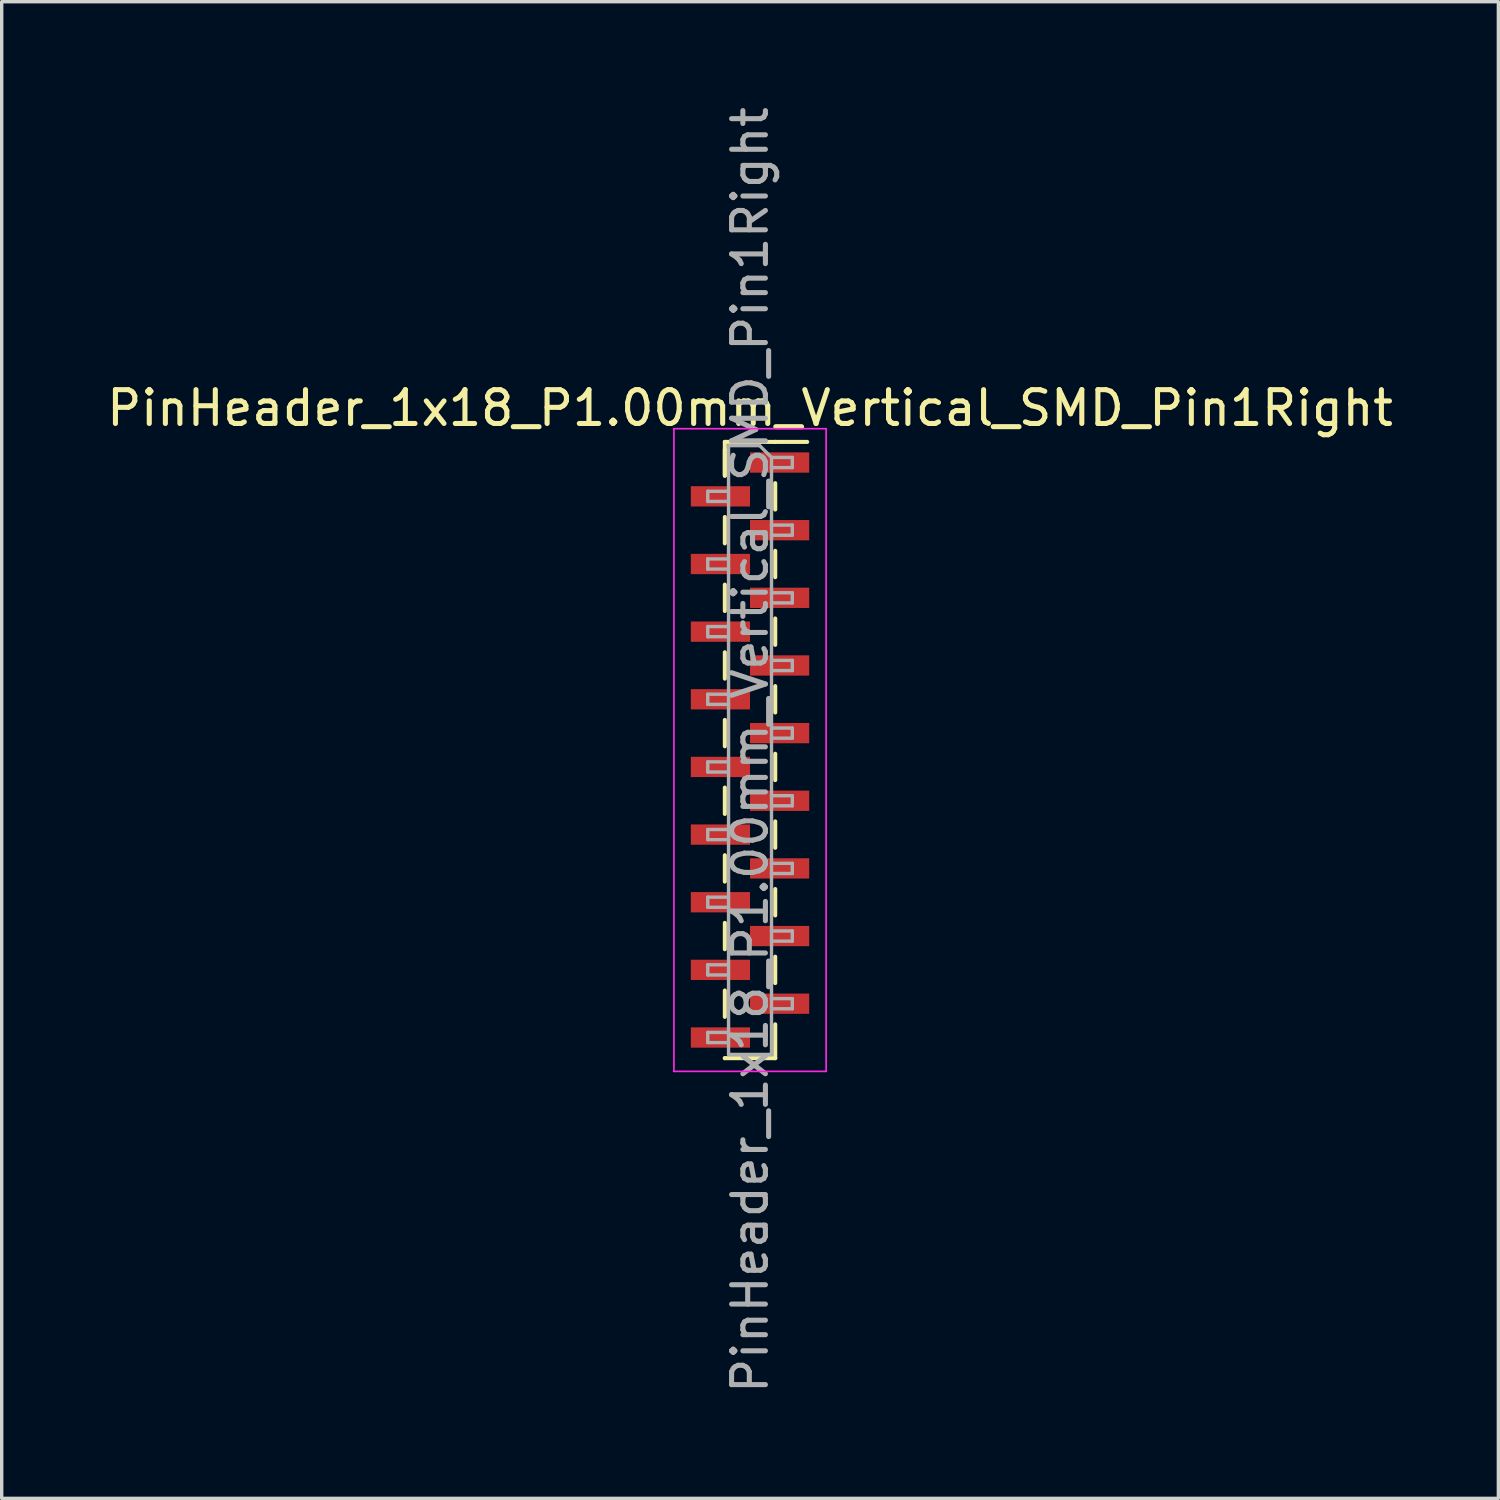
<source format=kicad_pcb>
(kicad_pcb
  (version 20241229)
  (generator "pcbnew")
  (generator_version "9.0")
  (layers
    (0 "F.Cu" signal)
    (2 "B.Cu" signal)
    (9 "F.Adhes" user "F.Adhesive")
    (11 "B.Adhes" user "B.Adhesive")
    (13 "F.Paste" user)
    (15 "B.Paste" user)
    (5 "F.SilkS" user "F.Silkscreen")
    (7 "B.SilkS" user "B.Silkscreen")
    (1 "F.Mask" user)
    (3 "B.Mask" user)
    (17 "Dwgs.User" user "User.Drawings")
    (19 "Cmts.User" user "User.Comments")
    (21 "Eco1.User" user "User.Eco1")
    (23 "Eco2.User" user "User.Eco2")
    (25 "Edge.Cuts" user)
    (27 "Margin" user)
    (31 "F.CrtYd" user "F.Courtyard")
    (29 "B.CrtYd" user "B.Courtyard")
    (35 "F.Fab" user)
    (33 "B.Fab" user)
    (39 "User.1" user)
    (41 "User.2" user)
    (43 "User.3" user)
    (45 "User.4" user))
  (footprint "PinHeader_1x18_P1.00mm_Vertical_SMD_Pin1Right"
    (layer "F.Cu")
    (at 19.125 19.125)
    (property "Reference" "PinHeader_1x18_P1.00mm_Vertical_SMD_Pin1Right" (at 0 -10.11 0) (layer "F.SilkS") (effects (font (size 1 1) (thickness 0.15))))
    (attr smd)
    (fp_line (start -0.745 -9.11) (end -0.745 -8.11) (stroke (width 0.12) (type solid)) (layer "F.SilkS"))
    (fp_line (start -0.745 -9.11) (end 0.745 -9.11) (stroke (width 0.12) (type solid)) (layer "F.SilkS"))
    (fp_line (start -0.745 -8.89) (end -0.745 -8.11) (stroke (width 0.12) (type solid)) (layer "F.SilkS"))
    (fp_line (start -0.745 -6.89) (end -0.745 -6.11) (stroke (width 0.12) (type solid)) (layer "F.SilkS"))
    (fp_line (start -0.745 -4.89) (end -0.745 -4.11) (stroke (width 0.12) (type solid)) (layer "F.SilkS"))
    (fp_line (start -0.745 -2.89) (end -0.745 -2.11) (stroke (width 0.12) (type solid)) (layer "F.SilkS"))
    (fp_line (start -0.745 -0.89) (end -0.745 -0.11) (stroke (width 0.12) (type solid)) (layer "F.SilkS"))
    (fp_line (start -0.745 1.11) (end -0.745 1.89) (stroke (width 0.12) (type solid)) (layer "F.SilkS"))
    (fp_line (start -0.745 3.11) (end -0.745 3.89) (stroke (width 0.12) (type solid)) (layer "F.SilkS"))
    (fp_line (start -0.745 5.11) (end -0.745 5.89) (stroke (width 0.12) (type solid)) (layer "F.SilkS"))
    (fp_line (start -0.745 7.11) (end -0.745 7.89) (stroke (width 0.12) (type solid)) (layer "F.SilkS"))
    (fp_line (start -0.745 9.11) (end -0.745 9.11) (stroke (width 0.12) (type solid)) (layer "F.SilkS"))
    (fp_line (start -0.745 9.11) (end 0.745 9.11) (stroke (width 0.12) (type solid)) (layer "F.SilkS"))
    (fp_line (start 0.745 -9.11) (end 0.745 -9.11) (stroke (width 0.12) (type solid)) (layer "F.SilkS"))
    (fp_line (start 0.745 -9.11) (end 1.69 -9.11) (stroke (width 0.12) (type solid)) (layer "F.SilkS"))
    (fp_line (start 0.745 -7.89) (end 0.745 -7.11) (stroke (width 0.12) (type solid)) (layer "F.SilkS"))
    (fp_line (start 0.745 -5.89) (end 0.745 -5.11) (stroke (width 0.12) (type solid)) (layer "F.SilkS"))
    (fp_line (start 0.745 -3.89) (end 0.745 -3.11) (stroke (width 0.12) (type solid)) (layer "F.SilkS"))
    (fp_line (start 0.745 -1.89) (end 0.745 -1.11) (stroke (width 0.12) (type solid)) (layer "F.SilkS"))
    (fp_line (start 0.745 0.11) (end 0.745 0.89) (stroke (width 0.12) (type solid)) (layer "F.SilkS"))
    (fp_line (start 0.745 2.11) (end 0.745 2.89) (stroke (width 0.12) (type solid)) (layer "F.SilkS"))
    (fp_line (start 0.745 4.11) (end 0.745 4.89) (stroke (width 0.12) (type solid)) (layer "F.SilkS"))
    (fp_line (start 0.745 6.11) (end 0.745 6.89) (stroke (width 0.12) (type solid)) (layer "F.SilkS"))
    (fp_line (start 0.745 8.11) (end 0.745 9.11) (stroke (width 0.12) (type solid)) (layer "F.SilkS"))
    (fp_line (start -2.25 -9.5) (end -2.25 9.5) (stroke (width 0.05) (type solid)) (layer "F.CrtYd"))
    (fp_line (start -2.25 9.5) (end 2.25 9.5) (stroke (width 0.05) (type solid)) (layer "F.CrtYd"))
    (fp_line (start 2.25 -9.5) (end -2.25 -9.5) (stroke (width 0.05) (type solid)) (layer "F.CrtYd"))
    (fp_line (start 2.25 9.5) (end 2.25 -9.5) (stroke (width 0.05) (type solid)) (layer "F.CrtYd"))
    (fp_line (start -1.25 -7.65) (end -1.25 -7.35) (stroke (width 0.1) (type solid)) (layer "F.Fab"))
    (fp_line (start -1.25 -7.35) (end -0.635 -7.35) (stroke (width 0.1) (type solid)) (layer "F.Fab"))
    (fp_line (start -1.25 -5.65) (end -1.25 -5.35) (stroke (width 0.1) (type solid)) (layer "F.Fab"))
    (fp_line (start -1.25 -5.35) (end -0.635 -5.35) (stroke (width 0.1) (type solid)) (layer "F.Fab"))
    (fp_line (start -1.25 -3.65) (end -1.25 -3.35) (stroke (width 0.1) (type solid)) (layer "F.Fab"))
    (fp_line (start -1.25 -3.35) (end -0.635 -3.35) (stroke (width 0.1) (type solid)) (layer "F.Fab"))
    (fp_line (start -1.25 -1.65) (end -1.25 -1.35) (stroke (width 0.1) (type solid)) (layer "F.Fab"))
    (fp_line (start -1.25 -1.35) (end -0.635 -1.35) (stroke (width 0.1) (type solid)) (layer "F.Fab"))
    (fp_line (start -1.25 0.35) (end -1.25 0.65) (stroke (width 0.1) (type solid)) (layer "F.Fab"))
    (fp_line (start -1.25 0.65) (end -0.635 0.65) (stroke (width 0.1) (type solid)) (layer "F.Fab"))
    (fp_line (start -1.25 2.35) (end -1.25 2.65) (stroke (width 0.1) (type solid)) (layer "F.Fab"))
    (fp_line (start -1.25 2.65) (end -0.635 2.65) (stroke (width 0.1) (type solid)) (layer "F.Fab"))
    (fp_line (start -1.25 4.35) (end -1.25 4.65) (stroke (width 0.1) (type solid)) (layer "F.Fab"))
    (fp_line (start -1.25 4.65) (end -0.635 4.65) (stroke (width 0.1) (type solid)) (layer "F.Fab"))
    (fp_line (start -1.25 6.35) (end -1.25 6.65) (stroke (width 0.1) (type solid)) (layer "F.Fab"))
    (fp_line (start -1.25 6.65) (end -0.635 6.65) (stroke (width 0.1) (type solid)) (layer "F.Fab"))
    (fp_line (start -1.25 8.35) (end -1.25 8.65) (stroke (width 0.1) (type solid)) (layer "F.Fab"))
    (fp_line (start -1.25 8.65) (end -0.635 8.65) (stroke (width 0.1) (type solid)) (layer "F.Fab"))
    (fp_line (start -0.635 -9) (end -0.635 9) (stroke (width 0.1) (type solid)) (layer "F.Fab"))
    (fp_line (start -0.635 -9) (end 0.285 -9) (stroke (width 0.1) (type solid)) (layer "F.Fab"))
    (fp_line (start -0.635 -7.65) (end -1.25 -7.65) (stroke (width 0.1) (type solid)) (layer "F.Fab"))
    (fp_line (start -0.635 -5.65) (end -1.25 -5.65) (stroke (width 0.1) (type solid)) (layer "F.Fab"))
    (fp_line (start -0.635 -3.65) (end -1.25 -3.65) (stroke (width 0.1) (type solid)) (layer "F.Fab"))
    (fp_line (start -0.635 -1.65) (end -1.25 -1.65) (stroke (width 0.1) (type solid)) (layer "F.Fab"))
    (fp_line (start -0.635 0.35) (end -1.25 0.35) (stroke (width 0.1) (type solid)) (layer "F.Fab"))
    (fp_line (start -0.635 2.35) (end -1.25 2.35) (stroke (width 0.1) (type solid)) (layer "F.Fab"))
    (fp_line (start -0.635 4.35) (end -1.25 4.35) (stroke (width 0.1) (type solid)) (layer "F.Fab"))
    (fp_line (start -0.635 6.35) (end -1.25 6.35) (stroke (width 0.1) (type solid)) (layer "F.Fab"))
    (fp_line (start -0.635 8.35) (end -1.25 8.35) (stroke (width 0.1) (type solid)) (layer "F.Fab"))
    (fp_line (start 0.635 -8.65) (end 0.285 -9) (stroke (width 0.1) (type solid)) (layer "F.Fab"))
    (fp_line (start 0.635 -8.65) (end 1.25 -8.65) (stroke (width 0.1) (type solid)) (layer "F.Fab"))
    (fp_line (start 0.635 -6.65) (end 1.25 -6.65) (stroke (width 0.1) (type solid)) (layer "F.Fab"))
    (fp_line (start 0.635 -4.65) (end 1.25 -4.65) (stroke (width 0.1) (type solid)) (layer "F.Fab"))
    (fp_line (start 0.635 -2.65) (end 1.25 -2.65) (stroke (width 0.1) (type solid)) (layer "F.Fab"))
    (fp_line (start 0.635 -0.65) (end 1.25 -0.65) (stroke (width 0.1) (type solid)) (layer "F.Fab"))
    (fp_line (start 0.635 1.35) (end 1.25 1.35) (stroke (width 0.1) (type solid)) (layer "F.Fab"))
    (fp_line (start 0.635 3.35) (end 1.25 3.35) (stroke (width 0.1) (type solid)) (layer "F.Fab"))
    (fp_line (start 0.635 5.35) (end 1.25 5.35) (stroke (width 0.1) (type solid)) (layer "F.Fab"))
    (fp_line (start 0.635 7.35) (end 1.25 7.35) (stroke (width 0.1) (type solid)) (layer "F.Fab"))
    (fp_line (start 0.635 9) (end -0.635 9) (stroke (width 0.1) (type solid)) (layer "F.Fab"))
    (fp_line (start 0.635 9) (end 0.635 -8.65) (stroke (width 0.1) (type solid)) (layer "F.Fab"))
    (fp_line (start 1.25 -8.65) (end 1.25 -8.35) (stroke (width 0.1) (type solid)) (layer "F.Fab"))
    (fp_line (start 1.25 -8.35) (end 0.635 -8.35) (stroke (width 0.1) (type solid)) (layer "F.Fab"))
    (fp_line (start 1.25 -6.65) (end 1.25 -6.35) (stroke (width 0.1) (type solid)) (layer "F.Fab"))
    (fp_line (start 1.25 -6.35) (end 0.635 -6.35) (stroke (width 0.1) (type solid)) (layer "F.Fab"))
    (fp_line (start 1.25 -4.65) (end 1.25 -4.35) (stroke (width 0.1) (type solid)) (layer "F.Fab"))
    (fp_line (start 1.25 -4.35) (end 0.635 -4.35) (stroke (width 0.1) (type solid)) (layer "F.Fab"))
    (fp_line (start 1.25 -2.65) (end 1.25 -2.35) (stroke (width 0.1) (type solid)) (layer "F.Fab"))
    (fp_line (start 1.25 -2.35) (end 0.635 -2.35) (stroke (width 0.1) (type solid)) (layer "F.Fab"))
    (fp_line (start 1.25 -0.65) (end 1.25 -0.35) (stroke (width 0.1) (type solid)) (layer "F.Fab"))
    (fp_line (start 1.25 -0.35) (end 0.635 -0.35) (stroke (width 0.1) (type solid)) (layer "F.Fab"))
    (fp_line (start 1.25 1.35) (end 1.25 1.65) (stroke (width 0.1) (type solid)) (layer "F.Fab"))
    (fp_line (start 1.25 1.65) (end 0.635 1.65) (stroke (width 0.1) (type solid)) (layer "F.Fab"))
    (fp_line (start 1.25 3.35) (end 1.25 3.65) (stroke (width 0.1) (type solid)) (layer "F.Fab"))
    (fp_line (start 1.25 3.65) (end 0.635 3.65) (stroke (width 0.1) (type solid)) (layer "F.Fab"))
    (fp_line (start 1.25 5.35) (end 1.25 5.65) (stroke (width 0.1) (type solid)) (layer "F.Fab"))
    (fp_line (start 1.25 5.65) (end 0.635 5.65) (stroke (width 0.1) (type solid)) (layer "F.Fab"))
    (fp_line (start 1.25 7.35) (end 1.25 7.65) (stroke (width 0.1) (type solid)) (layer "F.Fab"))
    (fp_line (start 1.25 7.65) (end 0.635 7.65) (stroke (width 0.1) (type solid)) (layer "F.Fab"))
    (fp_text user "${REFERENCE}" (at 0 0 90) (layer "F.Fab") (effects (font (size 1 1) (thickness 0.15))))
    (pad "1" smd rect (at 0.875 -8.5) (size 1.75 0.6) (layers "F.Cu" "F.Mask" "F.Paste"))
    (pad "2" smd rect (at -0.875 -7.5) (size 1.75 0.6) (layers "F.Cu" "F.Mask" "F.Paste"))
    (pad "3" smd rect (at 0.875 -6.5) (size 1.75 0.6) (layers "F.Cu" "F.Mask" "F.Paste"))
    (pad "4" smd rect (at -0.875 -5.5) (size 1.75 0.6) (layers "F.Cu" "F.Mask" "F.Paste"))
    (pad "5" smd rect (at 0.875 -4.5) (size 1.75 0.6) (layers "F.Cu" "F.Mask" "F.Paste"))
    (pad "6" smd rect (at -0.875 -3.5) (size 1.75 0.6) (layers "F.Cu" "F.Mask" "F.Paste"))
    (pad "7" smd rect (at 0.875 -2.5) (size 1.75 0.6) (layers "F.Cu" "F.Mask" "F.Paste"))
    (pad "8" smd rect (at -0.875 -1.5) (size 1.75 0.6) (layers "F.Cu" "F.Mask" "F.Paste"))
    (pad "9" smd rect (at 0.875 -0.5) (size 1.75 0.6) (layers "F.Cu" "F.Mask" "F.Paste"))
    (pad "10" smd rect (at -0.875 0.5) (size 1.75 0.6) (layers "F.Cu" "F.Mask" "F.Paste"))
    (pad "11" smd rect (at 0.875 1.5) (size 1.75 0.6) (layers "F.Cu" "F.Mask" "F.Paste"))
    (pad "12" smd rect (at -0.875 2.5) (size 1.75 0.6) (layers "F.Cu" "F.Mask" "F.Paste"))
    (pad "13" smd rect (at 0.875 3.5) (size 1.75 0.6) (layers "F.Cu" "F.Mask" "F.Paste"))
    (pad "14" smd rect (at -0.875 4.5) (size 1.75 0.6) (layers "F.Cu" "F.Mask" "F.Paste"))
    (pad "15" smd rect (at 0.875 5.5) (size 1.75 0.6) (layers "F.Cu" "F.Mask" "F.Paste"))
    (pad "16" smd rect (at -0.875 6.5) (size 1.75 0.6) (layers "F.Cu" "F.Mask" "F.Paste"))
    (pad "17" smd rect (at 0.875 7.5) (size 1.75 0.6) (layers "F.Cu" "F.Mask" "F.Paste"))
    (pad "18" smd rect (at -0.875 8.5) (size 1.75 0.6) (layers "F.Cu" "F.Mask" "F.Paste")))
  (gr_rect
    (start -3 -3)
    (end 41.25 41.25)
    (stroke (width 0.1) (type default))
    (fill no)
    (layer "Edge.Cuts")))
</source>
